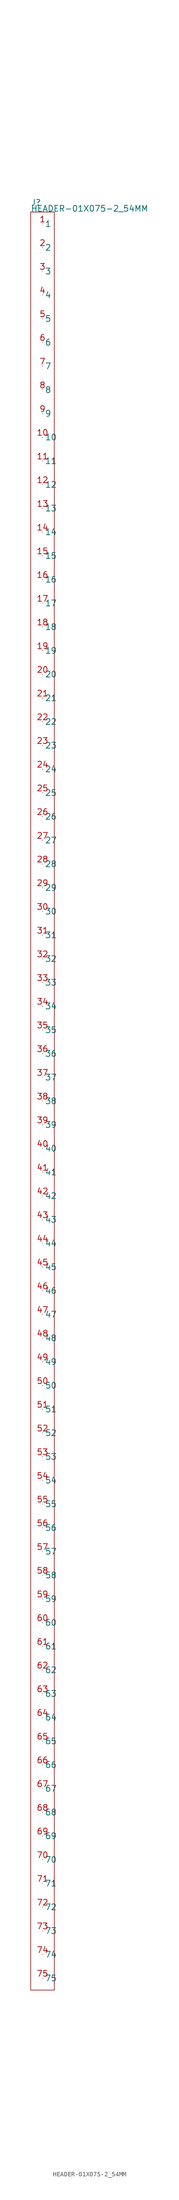
<source format=kicad_sym>
(kicad_symbol_lib
  (version 20211014)
  (generator kicad_symbol_editor)
  (symbol "HEADER-01X075-2_54MM"
    (pin_names)
    (property "Reference" "J"
      (at -2.54 191.77 0)
      (effects (font (size 1.27 1.27)) (justify left bottom)))
    (property "Value" "HEADER-01X075-2_54MM"
      (at -2.54 190.5 0)
      (effects (font (size 1.27 1.27)) (justify left bottom)))
    (property "Datasheet" ""
      (at 0 0 0))
    (property "ki_description" "Header 1x75  - Header Vertical 75POS 2.54MM Technical Specifications: Pitch: 0.1\" (2.54mm) "
      (at 0 0 0))
    (property "ki_fp_filters" "FlashPCB_Connectors:HEADER-THT-01X075-2_54MM FlashPCB_Connectors:HEADER-THT-LONG-01X075-2_54MM FlashPCB_Connectors:HEADER-THT-NOSILK-01X075-2_54MM FlashPCB_Connectors:HEADER-THT-LONG-NOSILK-01X075-2_54MM"
      (at 0 0 0))
    (symbol "HEADER-01X075-2_54MM_1_1"
      (polyline (pts (xy -2.54 190.5) (xy 2.54 190.5)) (stroke (width 0.127)) (fill (type none)))
      (polyline (pts (xy 2.54 190.5) (xy 2.54 -190.5)) (stroke (width 0.127)) (fill (type none)))
      (polyline (pts (xy 2.54 -190.5) (xy -2.54 -190.5)) (stroke (width 0.127)) (fill (type none)))
      (polyline (pts (xy -2.54 -190.5) (xy -2.54 190.5)) (stroke (width 0.127)) (fill (type none)))
      (pin bidirectional line (at 0 187.96 0) (length 0) (name "1" (effects (font (size 1.27 1.27)))) (number "1" (effects (font (size 1.27 1.27)))))
      (pin bidirectional line (at 0 182.88 0) (length 0) (name "2" (effects (font (size 1.27 1.27)))) (number "2" (effects (font (size 1.27 1.27)))))
      (pin bidirectional line (at 0 177.8 0) (length 0) (name "3" (effects (font (size 1.27 1.27)))) (number "3" (effects (font (size 1.27 1.27)))))
      (pin bidirectional line (at 0 172.72 0) (length 0) (name "4" (effects (font (size 1.27 1.27)))) (number "4" (effects (font (size 1.27 1.27)))))
      (pin bidirectional line (at 0 167.64 0) (length 0) (name "5" (effects (font (size 1.27 1.27)))) (number "5" (effects (font (size 1.27 1.27)))))
      (pin bidirectional line (at 0 162.56 0) (length 0) (name "6" (effects (font (size 1.27 1.27)))) (number "6" (effects (font (size 1.27 1.27)))))
      (pin bidirectional line (at 0 157.48 0) (length 0) (name "7" (effects (font (size 1.27 1.27)))) (number "7" (effects (font (size 1.27 1.27)))))
      (pin bidirectional line (at 0 152.4 0) (length 0) (name "8" (effects (font (size 1.27 1.27)))) (number "8" (effects (font (size 1.27 1.27)))))
      (pin bidirectional line (at 0 147.32 0) (length 0) (name "9" (effects (font (size 1.27 1.27)))) (number "9" (effects (font (size 1.27 1.27)))))
      (pin bidirectional line (at 0 142.24 0) (length 0) (name "10" (effects (font (size 1.27 1.27)))) (number "10" (effects (font (size 1.27 1.27)))))
      (pin bidirectional line (at 0 137.16 0) (length 0) (name "11" (effects (font (size 1.27 1.27)))) (number "11" (effects (font (size 1.27 1.27)))))
      (pin bidirectional line (at 0 132.08 0) (length 0) (name "12" (effects (font (size 1.27 1.27)))) (number "12" (effects (font (size 1.27 1.27)))))
      (pin bidirectional line (at 0 127 0) (length 0) (name "13" (effects (font (size 1.27 1.27)))) (number "13" (effects (font (size 1.27 1.27)))))
      (pin bidirectional line (at 0 121.92 0) (length 0) (name "14" (effects (font (size 1.27 1.27)))) (number "14" (effects (font (size 1.27 1.27)))))
      (pin bidirectional line (at 0 116.84 0) (length 0) (name "15" (effects (font (size 1.27 1.27)))) (number "15" (effects (font (size 1.27 1.27)))))
      (pin bidirectional line (at 0 111.76 0) (length 0) (name "16" (effects (font (size 1.27 1.27)))) (number "16" (effects (font (size 1.27 1.27)))))
      (pin bidirectional line (at 0 106.68 0) (length 0) (name "17" (effects (font (size 1.27 1.27)))) (number "17" (effects (font (size 1.27 1.27)))))
      (pin bidirectional line (at 0 101.6 0) (length 0) (name "18" (effects (font (size 1.27 1.27)))) (number "18" (effects (font (size 1.27 1.27)))))
      (pin bidirectional line (at 0 96.52 0) (length 0) (name "19" (effects (font (size 1.27 1.27)))) (number "19" (effects (font (size 1.27 1.27)))))
      (pin bidirectional line (at 0 91.44 0) (length 0) (name "20" (effects (font (size 1.27 1.27)))) (number "20" (effects (font (size 1.27 1.27)))))
      (pin bidirectional line (at 0 86.36 0) (length 0) (name "21" (effects (font (size 1.27 1.27)))) (number "21" (effects (font (size 1.27 1.27)))))
      (pin bidirectional line (at 0 81.28 0) (length 0) (name "22" (effects (font (size 1.27 1.27)))) (number "22" (effects (font (size 1.27 1.27)))))
      (pin bidirectional line (at 0 76.2 0) (length 0) (name "23" (effects (font (size 1.27 1.27)))) (number "23" (effects (font (size 1.27 1.27)))))
      (pin bidirectional line (at 0 71.12 0) (length 0) (name "24" (effects (font (size 1.27 1.27)))) (number "24" (effects (font (size 1.27 1.27)))))
      (pin bidirectional line (at 0 66.04 0) (length 0) (name "25" (effects (font (size 1.27 1.27)))) (number "25" (effects (font (size 1.27 1.27)))))
      (pin bidirectional line (at 0 60.96 0) (length 0) (name "26" (effects (font (size 1.27 1.27)))) (number "26" (effects (font (size 1.27 1.27)))))
      (pin bidirectional line (at 0 55.88 0) (length 0) (name "27" (effects (font (size 1.27 1.27)))) (number "27" (effects (font (size 1.27 1.27)))))
      (pin bidirectional line (at 0 50.8 0) (length 0) (name "28" (effects (font (size 1.27 1.27)))) (number "28" (effects (font (size 1.27 1.27)))))
      (pin bidirectional line (at 0 45.72 0) (length 0) (name "29" (effects (font (size 1.27 1.27)))) (number "29" (effects (font (size 1.27 1.27)))))
      (pin bidirectional line (at 0 40.64 0) (length 0) (name "30" (effects (font (size 1.27 1.27)))) (number "30" (effects (font (size 1.27 1.27)))))
      (pin bidirectional line (at 0 35.56 0) (length 0) (name "31" (effects (font (size 1.27 1.27)))) (number "31" (effects (font (size 1.27 1.27)))))
      (pin bidirectional line (at 0 30.48 0) (length 0) (name "32" (effects (font (size 1.27 1.27)))) (number "32" (effects (font (size 1.27 1.27)))))
      (pin bidirectional line (at 0 25.4 0) (length 0) (name "33" (effects (font (size 1.27 1.27)))) (number "33" (effects (font (size 1.27 1.27)))))
      (pin bidirectional line (at 0 20.32 0) (length 0) (name "34" (effects (font (size 1.27 1.27)))) (number "34" (effects (font (size 1.27 1.27)))))
      (pin bidirectional line (at 0 15.24 0) (length 0) (name "35" (effects (font (size 1.27 1.27)))) (number "35" (effects (font (size 1.27 1.27)))))
      (pin bidirectional line (at 0 10.16 0) (length 0) (name "36" (effects (font (size 1.27 1.27)))) (number "36" (effects (font (size 1.27 1.27)))))
      (pin bidirectional line (at 0 5.08 0) (length 0) (name "37" (effects (font (size 1.27 1.27)))) (number "37" (effects (font (size 1.27 1.27)))))
      (pin bidirectional line (at 0 0 0) (length 0) (name "38" (effects (font (size 1.27 1.27)))) (number "38" (effects (font (size 1.27 1.27)))))
      (pin bidirectional line (at 0 -5.08 0) (length 0) (name "39" (effects (font (size 1.27 1.27)))) (number "39" (effects (font (size 1.27 1.27)))))
      (pin bidirectional line (at 0 -10.16 0) (length 0) (name "40" (effects (font (size 1.27 1.27)))) (number "40" (effects (font (size 1.27 1.27)))))
      (pin bidirectional line (at 0 -15.24 0) (length 0) (name "41" (effects (font (size 1.27 1.27)))) (number "41" (effects (font (size 1.27 1.27)))))
      (pin bidirectional line (at 0 -20.32 0) (length 0) (name "42" (effects (font (size 1.27 1.27)))) (number "42" (effects (font (size 1.27 1.27)))))
      (pin bidirectional line (at 0 -25.4 0) (length 0) (name "43" (effects (font (size 1.27 1.27)))) (number "43" (effects (font (size 1.27 1.27)))))
      (pin bidirectional line (at 0 -30.48 0) (length 0) (name "44" (effects (font (size 1.27 1.27)))) (number "44" (effects (font (size 1.27 1.27)))))
      (pin bidirectional line (at 0 -35.56 0) (length 0) (name "45" (effects (font (size 1.27 1.27)))) (number "45" (effects (font (size 1.27 1.27)))))
      (pin bidirectional line (at 0 -40.64 0) (length 0) (name "46" (effects (font (size 1.27 1.27)))) (number "46" (effects (font (size 1.27 1.27)))))
      (pin bidirectional line (at 0 -45.72 0) (length 0) (name "47" (effects (font (size 1.27 1.27)))) (number "47" (effects (font (size 1.27 1.27)))))
      (pin bidirectional line (at 0 -50.8 0) (length 0) (name "48" (effects (font (size 1.27 1.27)))) (number "48" (effects (font (size 1.27 1.27)))))
      (pin bidirectional line (at 0 -55.88 0) (length 0) (name "49" (effects (font (size 1.27 1.27)))) (number "49" (effects (font (size 1.27 1.27)))))
      (pin bidirectional line (at 0 -60.96 0) (length 0) (name "50" (effects (font (size 1.27 1.27)))) (number "50" (effects (font (size 1.27 1.27)))))
      (pin bidirectional line (at 0 -66.04 0) (length 0) (name "51" (effects (font (size 1.27 1.27)))) (number "51" (effects (font (size 1.27 1.27)))))
      (pin bidirectional line (at 0 -71.12 0) (length 0) (name "52" (effects (font (size 1.27 1.27)))) (number "52" (effects (font (size 1.27 1.27)))))
      (pin bidirectional line (at 0 -76.2 0) (length 0) (name "53" (effects (font (size 1.27 1.27)))) (number "53" (effects (font (size 1.27 1.27)))))
      (pin bidirectional line (at 0 -81.28 0) (length 0) (name "54" (effects (font (size 1.27 1.27)))) (number "54" (effects (font (size 1.27 1.27)))))
      (pin bidirectional line (at 0 -86.36 0) (length 0) (name "55" (effects (font (size 1.27 1.27)))) (number "55" (effects (font (size 1.27 1.27)))))
      (pin bidirectional line (at 0 -91.44 0) (length 0) (name "56" (effects (font (size 1.27 1.27)))) (number "56" (effects (font (size 1.27 1.27)))))
      (pin bidirectional line (at 0 -96.52 0) (length 0) (name "57" (effects (font (size 1.27 1.27)))) (number "57" (effects (font (size 1.27 1.27)))))
      (pin bidirectional line (at 0 -101.6 0) (length 0) (name "58" (effects (font (size 1.27 1.27)))) (number "58" (effects (font (size 1.27 1.27)))))
      (pin bidirectional line (at 0 -106.68 0) (length 0) (name "59" (effects (font (size 1.27 1.27)))) (number "59" (effects (font (size 1.27 1.27)))))
      (pin bidirectional line (at 0 -111.76 0) (length 0) (name "60" (effects (font (size 1.27 1.27)))) (number "60" (effects (font (size 1.27 1.27)))))
      (pin bidirectional line (at 0 -116.84 0) (length 0) (name "61" (effects (font (size 1.27 1.27)))) (number "61" (effects (font (size 1.27 1.27)))))
      (pin bidirectional line (at 0 -121.92 0) (length 0) (name "62" (effects (font (size 1.27 1.27)))) (number "62" (effects (font (size 1.27 1.27)))))
      (pin bidirectional line (at 0 -127 0) (length 0) (name "63" (effects (font (size 1.27 1.27)))) (number "63" (effects (font (size 1.27 1.27)))))
      (pin bidirectional line (at 0 -132.08 0) (length 0) (name "64" (effects (font (size 1.27 1.27)))) (number "64" (effects (font (size 1.27 1.27)))))
      (pin bidirectional line (at 0 -137.16 0) (length 0) (name "65" (effects (font (size 1.27 1.27)))) (number "65" (effects (font (size 1.27 1.27)))))
      (pin bidirectional line (at 0 -142.24 0) (length 0) (name "66" (effects (font (size 1.27 1.27)))) (number "66" (effects (font (size 1.27 1.27)))))
      (pin bidirectional line (at 0 -147.32 0) (length 0) (name "67" (effects (font (size 1.27 1.27)))) (number "67" (effects (font (size 1.27 1.27)))))
      (pin bidirectional line (at 0 -152.4 0) (length 0) (name "68" (effects (font (size 1.27 1.27)))) (number "68" (effects (font (size 1.27 1.27)))))
      (pin bidirectional line (at 0 -157.48 0) (length 0) (name "69" (effects (font (size 1.27 1.27)))) (number "69" (effects (font (size 1.27 1.27)))))
      (pin bidirectional line (at 0 -162.56 0) (length 0) (name "70" (effects (font (size 1.27 1.27)))) (number "70" (effects (font (size 1.27 1.27)))))
      (pin bidirectional line (at 0 -167.64 0) (length 0) (name "71" (effects (font (size 1.27 1.27)))) (number "71" (effects (font (size 1.27 1.27)))))
      (pin bidirectional line (at 0 -172.72 0) (length 0) (name "72" (effects (font (size 1.27 1.27)))) (number "72" (effects (font (size 1.27 1.27)))))
      (pin bidirectional line (at 0 -177.8 0) (length 0) (name "73" (effects (font (size 1.27 1.27)))) (number "73" (effects (font (size 1.27 1.27)))))
      (pin bidirectional line (at 0 -182.88 0) (length 0) (name "74" (effects (font (size 1.27 1.27)))) (number "74" (effects (font (size 1.27 1.27)))))
      (pin bidirectional line (at 0 -187.96 0) (length 0) (name "75" (effects (font (size 1.27 1.27)))) (number "75" (effects (font (size 1.27 1.27))))))))
</source>
